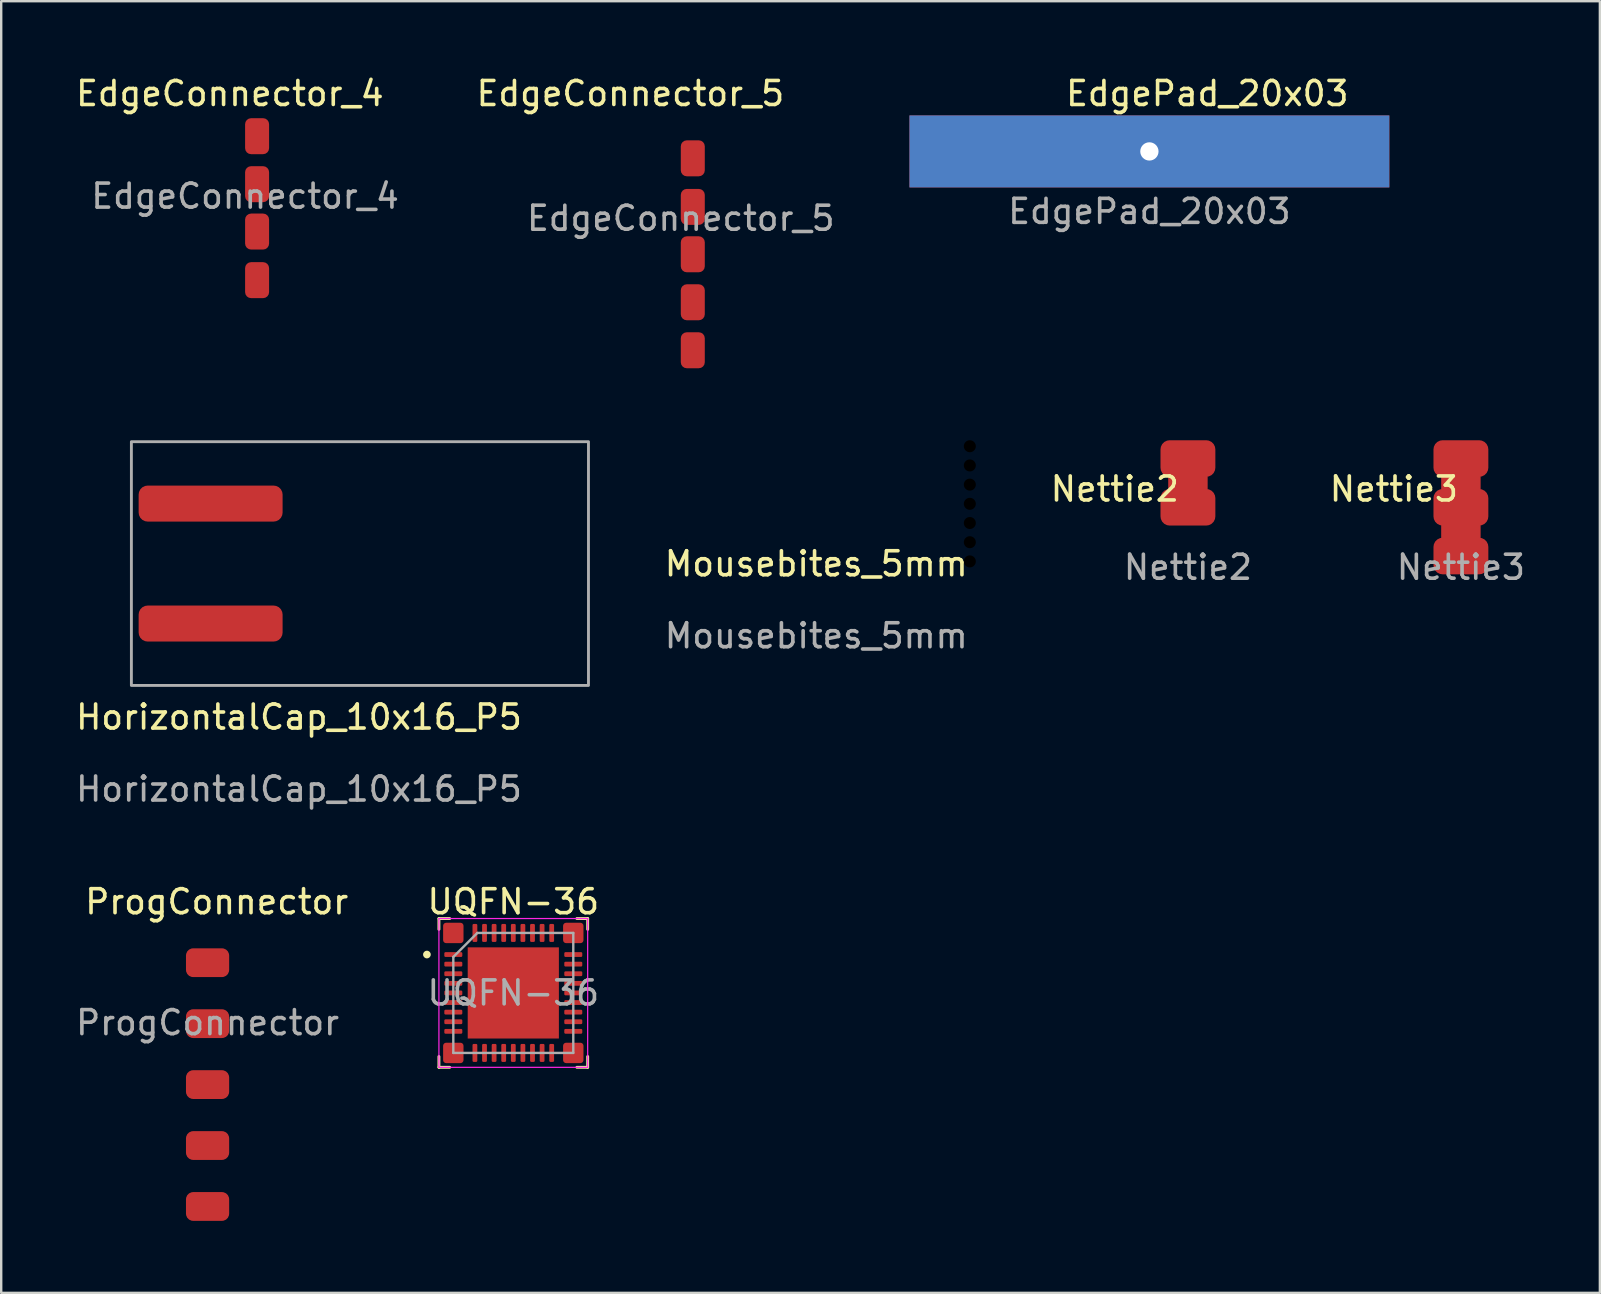
<source format=kicad_pcb>
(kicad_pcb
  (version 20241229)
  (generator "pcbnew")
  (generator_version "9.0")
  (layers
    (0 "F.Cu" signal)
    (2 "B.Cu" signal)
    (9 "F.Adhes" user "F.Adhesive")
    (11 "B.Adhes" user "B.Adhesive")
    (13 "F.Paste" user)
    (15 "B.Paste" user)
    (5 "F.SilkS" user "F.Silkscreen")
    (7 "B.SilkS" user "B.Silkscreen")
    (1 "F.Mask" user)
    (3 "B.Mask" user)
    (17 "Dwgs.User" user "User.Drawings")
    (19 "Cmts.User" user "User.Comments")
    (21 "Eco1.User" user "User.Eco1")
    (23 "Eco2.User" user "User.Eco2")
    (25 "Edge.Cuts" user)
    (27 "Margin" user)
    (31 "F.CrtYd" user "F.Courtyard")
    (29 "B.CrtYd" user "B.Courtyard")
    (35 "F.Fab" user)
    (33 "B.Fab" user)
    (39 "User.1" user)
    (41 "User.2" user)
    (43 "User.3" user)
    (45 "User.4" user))
  (footprint "EdgePad_20x03"
    (layer "F.Cu")
    (at 44.854 3.261)
    (property "Reference" "EdgePad_20x03" (at 2.413 -2.413 0) (unlocked yes) (layer "F.SilkS") (effects (font (size 1 1) (thickness 0.15))))
    (attr through_hole)
    (fp_text user "${REFERENCE}" (at 0 2.5 0) (unlocked yes) (layer "F.Fab") (effects (font (size 1 1) (thickness 0.15))))
    (pad "" np_thru_hole custom (at 0 0) (size 20 3) (drill 0.762) (layers "*.Cu" "*.Mask") (options (anchor rect)) (primitives)))
  (footprint "Nettie3"
    (layer "F.Cu")
    (at 57.837 18.092)
    (property "Reference" "Nettie3" (at -2.794 -0.762 0) (unlocked yes) (layer "F.SilkS") (effects (font (size 1 1) (thickness 0.15))))
    (fp_rect (start -0.762 -1.27) (end 0.762 -0.762) (stroke (width 0.12) (type solid)) (fill yes) (layer "F.Cu"))
    (fp_rect (start -0.762 0.762) (end 0.762 1.27) (stroke (width 0.12) (type solid)) (fill yes) (layer "F.Cu"))
    (fp_text user "${REFERENCE}" (at 0 2.5 0) (unlocked yes) (layer "F.Fab") (effects (font (size 1 1) (thickness 0.15))))
    (pad "1" smd roundrect (at 0 -2.032) (size 2.286 1.524) (layers "F.Cu") (roundrect_rratio 0.25))
    (pad "2" smd roundrect (at 0 0) (size 2.286 1.524) (layers "F.Cu") (roundrect_rratio 0.25))
    (pad "3" smd roundrect (at 0 2.032) (size 2.286 1.524) (layers "F.Cu") (roundrect_rratio 0.25)))
  (footprint "EdgeConnector_4"
    (layer "F.Cu")
    (at 7.165 2.626)
    (property "Reference" "EdgeConnector_4" (at -0.635 -1.778 0) (unlocked yes) (layer "F.SilkS") (effects (font (size 1 1) (thickness 0.15))))
    (attr smd)
    (fp_text user "${REFERENCE}" (at 0 2.5 0) (unlocked yes) (layer "F.Fab") (effects (font (size 1 1) (thickness 0.15))))
    (pad "1" smd roundrect (at 0.5 0) (size 1 1.5) (layers "F.Cu" "F.Mask" "F.Paste") (roundrect_rratio 0.25))
    (pad "2" smd roundrect (at 0.5 2) (size 1 1.5) (layers "F.Cu" "F.Mask" "F.Paste") (roundrect_rratio 0.25))
    (pad "3" smd roundrect (at 0.5 3.975) (size 1 1.5) (layers "F.Cu" "F.Mask" "F.Paste") (roundrect_rratio 0.25))
    (pad "4" smd roundrect (at 0.5 6) (size 1 1.5) (layers "F.Cu" "F.Mask" "F.Paste") (roundrect_rratio 0.25)))
  (footprint "HorizontalCap_10x16_P5"
    (layer "F.Cu")
    (at 5.728 20.438)
    (property "Reference" "HorizontalCap_10x16_P5" (at 3.683 6.398 0) (unlocked yes) (layer "F.SilkS") (effects (font (size 1 1) (thickness 0.15))))
    (attr smd)
    (fp_rect (start -3.302 -5.08) (end 15.748 5.08) (stroke (width 0.12) (type solid)) (fill no) (layer "F.Fab"))
    (fp_text user "${REFERENCE}" (at 3.683 9.398 0) (unlocked yes) (layer "F.Fab") (effects (font (size 1 1) (thickness 0.15))))
    (pad "1" smd roundrect (at 0 -2.5) (size 6 1.5) (layers "F.Cu" "F.Mask" "F.Paste") (roundrect_rratio 0.25))
    (pad "2" smd roundrect (at 0 2.5) (size 6 1.5) (layers "F.Cu" "F.Mask" "F.Paste") (roundrect_rratio 0.25)))
  (footprint "Nettie2"
    (layer "F.Cu")
    (at 46.46 18.092)
    (property "Reference" "Nettie2" (at -3.048 -0.762 0) (unlocked yes) (layer "F.SilkS") (effects (font (size 1 1) (thickness 0.15))))
    (attr smd)
    (fp_rect (start -0.762 -1.27) (end 0.762 -0.762) (stroke (width 0.12) (type solid)) (fill yes) (layer "F.Cu"))
    (fp_text user "${REFERENCE}" (at 0 2.5 0) (unlocked yes) (layer "F.Fab") (effects (font (size 1 1) (thickness 0.15))))
    (pad "1" smd roundrect (at 0 0) (size 2.286 1.524) (layers "F.Cu") (roundrect_rratio 0.25))
    (pad "2" smd roundrect (at 0 -2.032) (size 2.286 1.524) (layers "F.Cu") (roundrect_rratio 0.25)))
  (footprint "EdgeConnector_5"
    (layer "F.Cu")
    (at 25.324 3.548)
    (property "Reference" "EdgeConnector_5" (at -2.1 -2.7 0) (unlocked yes) (layer "F.SilkS") (effects (font (size 1 1) (thickness 0.15))))
    (attr smd)
    (fp_text user "${REFERENCE}" (at 0 2.5 0) (unlocked yes) (layer "F.Fab") (effects (font (size 1 1) (thickness 0.15))))
    (pad "1" smd roundrect (at 0.5 0) (size 1 1.5) (layers "F.Cu" "F.Mask" "F.Paste") (roundrect_rratio 0.25))
    (pad "2" smd roundrect (at 0.5 2.025) (size 1 1.5) (layers "F.Cu" "F.Mask" "F.Paste") (roundrect_rratio 0.25))
    (pad "3" smd roundrect (at 0.5 4) (size 1 1.5) (layers "F.Cu" "F.Mask" "F.Paste") (roundrect_rratio 0.25))
    (pad "4" smd roundrect (at 0.5 6) (size 1 1.5) (layers "F.Cu" "F.Mask" "F.Paste") (roundrect_rratio 0.25))
    (pad "5" smd roundrect (at 0.5 8) (size 1 1.5) (layers "F.Cu" "F.Mask" "F.Paste") (roundrect_rratio 0.25)))
  (footprint "Mousebites_5mm"
    (layer "F.Cu")
    (at 37.37 20.348)
    (property "Reference" "Mousebites_5mm" (at -6.4 0.1 0) (unlocked yes) (layer "F.SilkS") (effects (font (size 1 1) (thickness 0.15))))
    (attr through_hole)
    (fp_text user "${REFERENCE}" (at -6.4 3.1 0) (unlocked yes) (layer "F.Fab") (effects (font (size 1 1) (thickness 0.15))))
    (pad "" np_thru_hole circle (at 0 -4.8) (size 0.5 0.5) (drill 0.5) (layers "*.Mask"))
    (pad "" np_thru_hole circle (at 0 -4) (size 0.5 0.5) (drill 0.5) (layers "*.Mask"))
    (pad "" np_thru_hole circle (at 0 -3.2) (size 0.5 0.5) (drill 0.5) (layers "*.Mask"))
    (pad "" np_thru_hole circle (at 0 -2.4) (size 0.5 0.5) (drill 0.5) (layers "*.Mask"))
    (pad "" np_thru_hole circle (at 0 -1.6) (size 0.5 0.5) (drill 0.5) (layers "*.Mask"))
    (pad "" np_thru_hole circle (at 0 -0.8) (size 0.5 0.5) (drill 0.5) (layers "*.Mask"))
    (pad "" np_thru_hole circle (at 0 0) (size 0.5 0.5) (drill 0.5) (layers "*.Mask")))
  (footprint "UQFN-36"
    (layer "F.Cu")
    (at 18.343 38.333)
    (property "Reference" "UQFN-36" (at 0 -3.8 0) (layer "F.SilkS") (effects (font (size 1 1) (thickness 0.15))))
    (attr smd)
    (fp_line (start -3.1 -2.65) (end -3.1 -3.1) (stroke (width 0.12) (type solid)) (layer "F.SilkS"))
    (fp_line (start -3.1 3.1) (end -3.1 2.65) (stroke (width 0.12) (type solid)) (layer "F.SilkS"))
    (fp_line (start -2.65 -3.1) (end -3.1 -3.1) (stroke (width 0.12) (type solid)) (layer "F.SilkS"))
    (fp_line (start -2.65 3.1) (end -3.1 3.1) (stroke (width 0.12) (type solid)) (layer "F.SilkS"))
    (fp_line (start 2.65 -3.1) (end 3.1 -3.1) (stroke (width 0.12) (type solid)) (layer "F.SilkS"))
    (fp_line (start 2.65 3.1) (end 3.1 3.1) (stroke (width 0.12) (type solid)) (layer "F.SilkS"))
    (fp_line (start 3.1 -3.1) (end 3.1 -2.65) (stroke (width 0.12) (type solid)) (layer "F.SilkS"))
    (fp_line (start 3.1 3.1) (end 3.1 2.65) (stroke (width 0.12) (type solid)) (layer "F.SilkS"))
    (fp_circle (center -3.6 -1.6) (end -3.5 -1.6) (stroke (width 0.12) (type solid)) (fill yes) (layer "F.SilkS"))
    (fp_line (start -3.1 -3.1) (end -3.1 3.1) (stroke (width 0.05) (type solid)) (layer "F.CrtYd"))
    (fp_line (start -3.1 3.1) (end 3.1 3.1) (stroke (width 0.05) (type solid)) (layer "F.CrtYd"))
    (fp_line (start 3.1 -3.1) (end -3.1 -3.1) (stroke (width 0.05) (type solid)) (layer "F.CrtYd"))
    (fp_line (start 3.1 3.1) (end 3.1 -3.1) (stroke (width 0.05) (type solid)) (layer "F.CrtYd"))
    (fp_line (start -2.5 -1.5) (end -1.5 -2.5) (stroke (width 0.1) (type solid)) (layer "F.Fab"))
    (fp_line (start -2.5 2.5) (end -2.5 -1.5) (stroke (width 0.1) (type solid)) (layer "F.Fab"))
    (fp_line (start -1.5 -2.5) (end 2.5 -2.5) (stroke (width 0.1) (type solid)) (layer "F.Fab"))
    (fp_line (start 2.5 -2.5) (end 2.5 2.5) (stroke (width 0.1) (type solid)) (layer "F.Fab"))
    (fp_line (start 2.5 2.5) (end -2.5 2.5) (stroke (width 0.1) (type solid)) (layer "F.Fab"))
    (fp_text user "${REFERENCE}" (at 0 0 0) (layer "F.Fab") (effects (font (size 1 1) (thickness 0.15))))
    (pad "" connect roundrect (at -2.5 -2.5) (size 0.85 0.85) (layers "F.Cu" "F.Mask") (roundrect_rratio 0.15))
    (pad "" connect roundrect (at -2.5 2.5) (size 0.85 0.85) (layers "F.Cu" "F.Mask") (roundrect_rratio 0.15))
    (pad "" smd roundrect (at -1.27 -1.27) (size 1.02 1.02) (layers "F.Paste") (roundrect_rratio 0.245))
    (pad "" smd roundrect (at -1.27 0) (size 1.02 1.02) (layers "F.Paste") (roundrect_rratio 0.245))
    (pad "" smd roundrect (at -1.27 1.27) (size 1.02 1.02) (layers "F.Paste") (roundrect_rratio 0.245))
    (pad "" smd roundrect (at 0 -1.27) (size 1.02 1.02) (layers "F.Paste") (roundrect_rratio 0.245))
    (pad "" smd roundrect (at 0 0) (size 1.02 1.02) (layers "F.Paste") (roundrect_rratio 0.245))
    (pad "" smd roundrect (at 0 1.27) (size 1.02 1.02) (layers "F.Paste") (roundrect_rratio 0.245))
    (pad "" smd roundrect (at 1.27 -1.27) (size 1.02 1.02) (layers "F.Paste") (roundrect_rratio 0.245))
    (pad "" smd roundrect (at 1.27 0) (size 1.02 1.02) (layers "F.Paste") (roundrect_rratio 0.245))
    (pad "" smd roundrect (at 1.27 1.27) (size 1.02 1.02) (layers "F.Paste") (roundrect_rratio 0.245))
    (pad "" connect roundrect (at 2.5 -2.5) (size 0.85 0.85) (layers "F.Cu" "F.Mask") (roundrect_rratio 0.15))
    (pad "" connect roundrect (at 2.5 2.5) (size 0.85 0.85) (layers "F.Cu" "F.Mask") (roundrect_rratio 0.15))
    (pad "1" smd roundrect (at -2.5 -1.6) (size 0.75 0.2) (layers "F.Cu" "F.Mask" "F.Paste") (roundrect_rratio 0.25))
    (pad "2" smd roundrect (at -2.5 -1.2) (size 0.75 0.2) (layers "F.Cu" "F.Mask" "F.Paste") (roundrect_rratio 0.25))
    (pad "3" smd roundrect (at -2.5 -0.8) (size 0.75 0.2) (layers "F.Cu" "F.Mask" "F.Paste") (roundrect_rratio 0.25))
    (pad "4" smd roundrect (at -2.5 -0.4) (size 0.75 0.2) (layers "F.Cu" "F.Mask" "F.Paste") (roundrect_rratio 0.25))
    (pad "5" smd roundrect (at -2.5 0) (size 0.75 0.2) (layers "F.Cu" "F.Mask" "F.Paste") (roundrect_rratio 0.25))
    (pad "6" smd roundrect (at -2.5 0.4) (size 0.75 0.2) (layers "F.Cu" "F.Mask" "F.Paste") (roundrect_rratio 0.25))
    (pad "7" smd roundrect (at -2.5 0.8) (size 0.75 0.2) (layers "F.Cu" "F.Mask" "F.Paste") (roundrect_rratio 0.25))
    (pad "8" smd roundrect (at -2.5 1.2) (size 0.75 0.2) (layers "F.Cu" "F.Mask" "F.Paste") (roundrect_rratio 0.25))
    (pad "9" smd roundrect (at -2.5 1.6) (size 0.75 0.2) (layers "F.Cu" "F.Mask" "F.Paste") (roundrect_rratio 0.25))
    (pad "10" smd roundrect (at -1.6 2.5 90) (size 0.75 0.2) (layers "F.Cu" "F.Mask" "F.Paste") (roundrect_rratio 0.25))
    (pad "11" smd roundrect (at -1.2 2.5) (size 0.2 0.75) (layers "F.Cu" "F.Mask" "F.Paste") (roundrect_rratio 0.25))
    (pad "12" smd roundrect (at -0.8 2.5) (size 0.2 0.75) (layers "F.Cu" "F.Mask" "F.Paste") (roundrect_rratio 0.25))
    (pad "13" smd roundrect (at -0.4 2.5) (size 0.2 0.75) (layers "F.Cu" "F.Mask" "F.Paste") (roundrect_rratio 0.25))
    (pad "14" smd roundrect (at 0 2.5) (size 0.2 0.75) (layers "F.Cu" "F.Mask" "F.Paste") (roundrect_rratio 0.25))
    (pad "15" smd roundrect (at 0.4 2.5) (size 0.2 0.75) (layers "F.Cu" "F.Mask" "F.Paste") (roundrect_rratio 0.25))
    (pad "16" smd roundrect (at 0.8 2.5) (size 0.2 0.75) (layers "F.Cu" "F.Mask" "F.Paste") (roundrect_rratio 0.25))
    (pad "17" smd roundrect (at 1.2 2.5) (size 0.2 0.75) (layers "F.Cu" "F.Mask" "F.Paste") (roundrect_rratio 0.25))
    (pad "18" smd roundrect (at 1.6 2.5) (size 0.2 0.75) (layers "F.Cu" "F.Mask" "F.Paste") (roundrect_rratio 0.25))
    (pad "19" smd roundrect (at 2.5 1.6 90) (size 0.2 0.75) (layers "F.Cu" "F.Mask" "F.Paste") (roundrect_rratio 0.25))
    (pad "20" smd roundrect (at 2.5 1.2 90) (size 0.2 0.75) (layers "F.Cu" "F.Mask" "F.Paste") (roundrect_rratio 0.25))
    (pad "21" smd roundrect (at 2.5 0.8) (size 0.75 0.2) (layers "F.Cu" "F.Mask" "F.Paste") (roundrect_rratio 0.25))
    (pad "22" smd roundrect (at 2.5 0.4) (size 0.75 0.2) (layers "F.Cu" "F.Mask" "F.Paste") (roundrect_rratio 0.25))
    (pad "23" smd roundrect (at 2.5 0) (size 0.75 0.2) (layers "F.Cu" "F.Mask" "F.Paste") (roundrect_rratio 0.25))
    (pad "24" smd roundrect (at 2.5 -0.4) (size 0.75 0.2) (layers "F.Cu" "F.Mask" "F.Paste") (roundrect_rratio 0.25))
    (pad "25" smd roundrect (at 2.5 -0.8) (size 0.75 0.2) (layers "F.Cu" "F.Mask" "F.Paste") (roundrect_rratio 0.25))
    (pad "26" smd roundrect (at 2.5 -1.2) (size 0.75 0.2) (layers "F.Cu" "F.Mask" "F.Paste") (roundrect_rratio 0.25))
    (pad "27" smd roundrect (at 2.5 -1.6) (size 0.75 0.2) (layers "F.Cu" "F.Mask" "F.Paste") (roundrect_rratio 0.25))
    (pad "28" smd roundrect (at 1.6 -2.5 90) (size 0.75 0.2) (layers "F.Cu" "F.Mask" "F.Paste") (roundrect_rratio 0.25))
    (pad "29" smd roundrect (at 1.2 -2.5 90) (size 0.75 0.2) (layers "F.Cu" "F.Mask" "F.Paste") (roundrect_rratio 0.25))
    (pad "30" smd roundrect (at 0.8 -2.5 90) (size 0.75 0.2) (layers "F.Cu" "F.Mask" "F.Paste") (roundrect_rratio 0.25))
    (pad "31" smd roundrect (at 0.4 -2.5) (size 0.2 0.75) (layers "F.Cu" "F.Mask" "F.Paste") (roundrect_rratio 0.25))
    (pad "32" smd roundrect (at 0 -2.5) (size 0.2 0.75) (layers "F.Cu" "F.Mask" "F.Paste") (roundrect_rratio 0.25))
    (pad "33" smd roundrect (at -0.4 -2.5) (size 0.2 0.75) (layers "F.Cu" "F.Mask" "F.Paste") (roundrect_rratio 0.25))
    (pad "34" smd roundrect (at -0.8 -2.5) (size 0.2 0.75) (layers "F.Cu" "F.Mask" "F.Paste") (roundrect_rratio 0.25))
    (pad "35" smd roundrect (at -1.2 -2.5) (size 0.2 0.75) (layers "F.Cu" "F.Mask" "F.Paste") (roundrect_rratio 0.25))
    (pad "36" smd roundrect (at -1.6 -2.5) (size 0.2 0.75) (layers "F.Cu" "F.Mask" "F.Paste") (roundrect_rratio 0.25))
    (pad "37" smd rect (at 0 0) (size 3.8 3.8) (layers "F.Cu" "F.Mask")))
  (footprint "ProgConnector"
    (layer "F.Cu")
    (at 5.601 37.073)
    (property "Reference" "ProgConnector" (at 0.381 -2.54 0) (unlocked yes) (layer "F.SilkS") (effects (font (size 1 1) (thickness 0.15))))
    (attr smd)
    (fp_text user "${REFERENCE}" (at 0 2.5 0) (unlocked yes) (layer "F.Fab") (effects (font (size 1 1) (thickness 0.15))))
    (pad "1" smd roundrect (at 0 0) (size 1.8 1.2) (layers "F.Cu" "F.Mask" "F.Paste") (roundrect_rratio 0.25))
    (pad "2" smd roundrect (at 0 2.54) (size 1.8 1.2) (layers "F.Cu" "F.Mask" "F.Paste") (roundrect_rratio 0.25))
    (pad "3" smd roundrect (at 0 5.08) (size 1.8 1.2) (layers "F.Cu" "F.Mask" "F.Paste") (roundrect_rratio 0.25))
    (pad "4" smd roundrect (at 0 7.62) (size 1.8 1.2) (layers "F.Cu" "F.Mask" "F.Paste") (roundrect_rratio 0.25))
    (pad "5" smd roundrect (at 0 10.16) (size 1.8 1.2) (layers "F.Cu" "F.Mask" "F.Paste") (roundrect_rratio 0.25)))
  (gr_rect
    (start -3 -3)
    (end 63.629 50.833)
    (stroke (width 0.1) (type default))
    (fill no)
    (layer "Edge.Cuts")))
</source>
